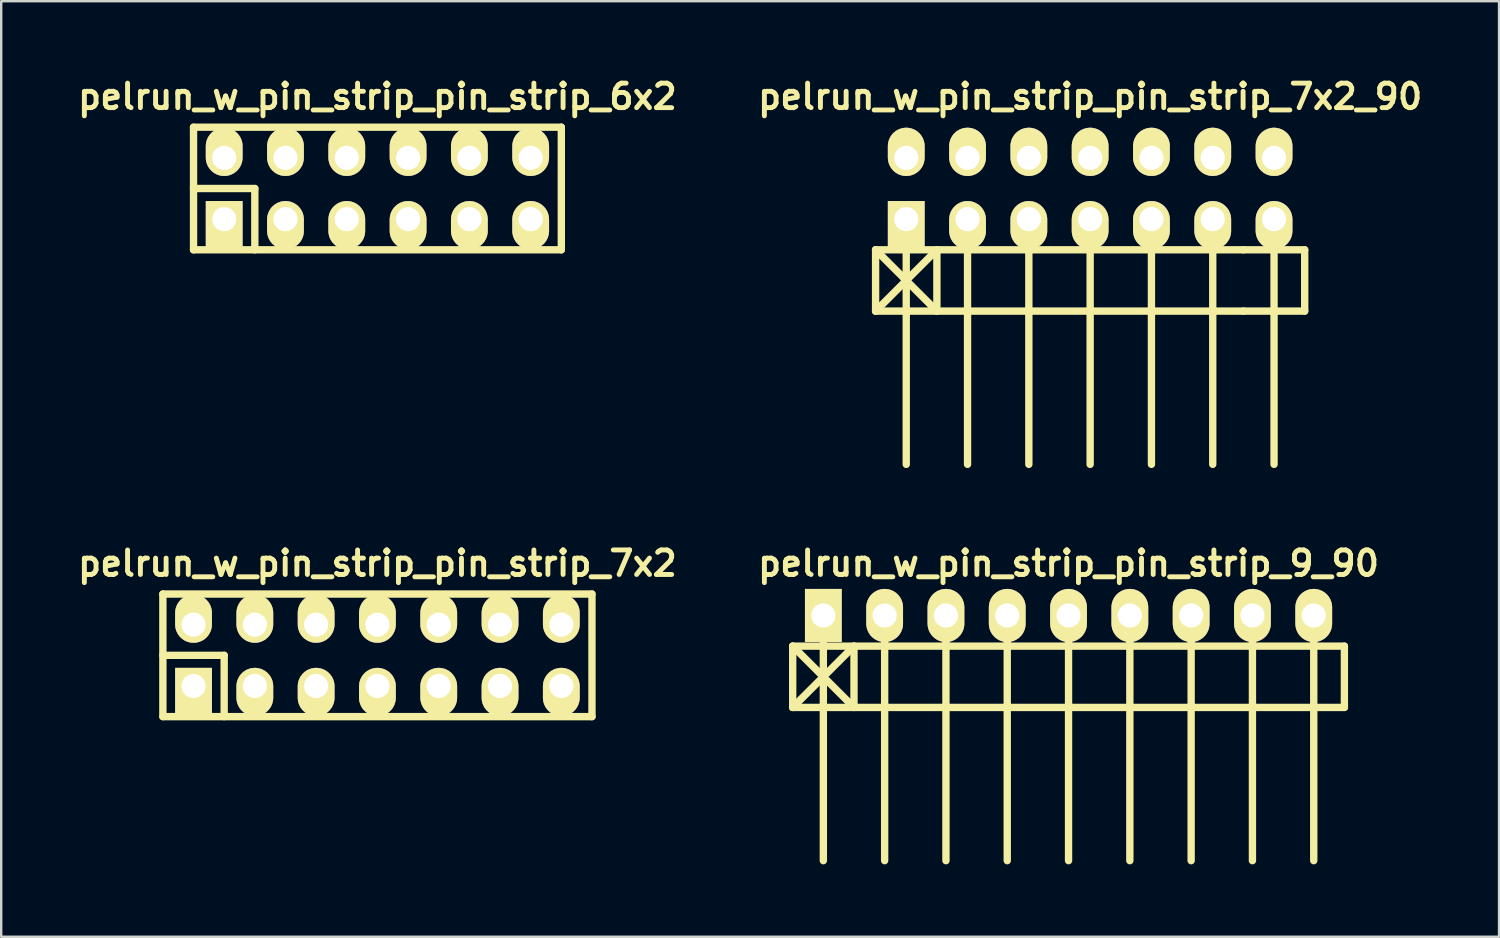
<source format=kicad_pcb>
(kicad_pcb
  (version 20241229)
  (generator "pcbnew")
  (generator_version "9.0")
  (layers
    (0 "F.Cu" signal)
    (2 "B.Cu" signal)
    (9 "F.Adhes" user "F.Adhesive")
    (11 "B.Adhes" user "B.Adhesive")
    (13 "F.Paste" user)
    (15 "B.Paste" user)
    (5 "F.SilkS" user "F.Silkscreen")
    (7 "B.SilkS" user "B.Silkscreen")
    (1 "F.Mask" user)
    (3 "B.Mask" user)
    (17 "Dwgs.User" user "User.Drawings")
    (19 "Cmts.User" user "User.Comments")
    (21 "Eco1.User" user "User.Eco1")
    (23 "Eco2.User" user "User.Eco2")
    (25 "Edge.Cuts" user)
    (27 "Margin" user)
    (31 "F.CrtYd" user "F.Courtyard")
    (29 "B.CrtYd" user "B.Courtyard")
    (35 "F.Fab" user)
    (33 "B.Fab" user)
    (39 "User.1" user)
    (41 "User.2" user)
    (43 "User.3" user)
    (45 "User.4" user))
  (footprint "pelrun_w_pin_strip_pin_strip_7x2_90"
    (layer "F.Cu")
    (at 42.121 4.761)
    (property "Reference" "pelrun_w_pin_strip_pin_strip_7x2_90" (at 0 -3.81 0) (layer "F.SilkS") (effects (font (size 1.016 1.016) (thickness 0.203))))
    (attr through_hole)
    (fp_line (start -8.89 2.54) (end -6.35 5.08) (stroke (width 0.305) (type solid)) (layer "F.SilkS"))
    (fp_line (start -8.89 2.54) (end 6.35 2.54) (stroke (width 0.305) (type solid)) (layer "F.SilkS"))
    (fp_line (start -8.89 5.08) (end -8.89 2.54) (stroke (width 0.305) (type solid)) (layer "F.SilkS"))
    (fp_line (start -7.62 1.27) (end -7.62 11.43) (stroke (width 0.305) (type solid)) (layer "F.SilkS"))
    (fp_line (start -6.35 2.54) (end -8.89 5.08) (stroke (width 0.305) (type solid)) (layer "F.SilkS"))
    (fp_line (start -6.35 5.08) (end -6.35 2.54) (stroke (width 0.305) (type solid)) (layer "F.SilkS"))
    (fp_line (start -5.08 1.27) (end -5.08 11.43) (stroke (width 0.305) (type solid)) (layer "F.SilkS"))
    (fp_line (start -2.54 11.43) (end -2.54 1.27) (stroke (width 0.305) (type solid)) (layer "F.SilkS"))
    (fp_line (start 0 1.27) (end 0 11.43) (stroke (width 0.305) (type solid)) (layer "F.SilkS"))
    (fp_line (start 2.54 1.27) (end 2.54 11.43) (stroke (width 0.305) (type solid)) (layer "F.SilkS"))
    (fp_line (start 5.08 1.27) (end 5.08 11.43) (stroke (width 0.305) (type solid)) (layer "F.SilkS"))
    (fp_line (start 6.35 2.54) (end 8.89 2.54) (stroke (width 0.305) (type solid)) (layer "F.SilkS"))
    (fp_line (start 6.35 5.08) (end -8.89 5.08) (stroke (width 0.305) (type solid)) (layer "F.SilkS"))
    (fp_line (start 7.62 1.27) (end 7.62 11.43) (stroke (width 0.305) (type solid)) (layer "F.SilkS"))
    (fp_line (start 8.89 2.54) (end 8.89 5.08) (stroke (width 0.305) (type solid)) (layer "F.SilkS"))
    (fp_line (start 8.89 5.08) (end 6.35 5.08) (stroke (width 0.305) (type solid)) (layer "F.SilkS"))
    (pad "1" thru_hole rect (at -7.62 1.27) (size 1.524 1.999) (drill 1.001 (offset 0 0.249)) (layers "*.Cu" "*.Mask" "F.SilkS"))
    (pad "2" thru_hole oval (at -7.62 -1.27) (size 1.524 1.999) (drill 1.001 (offset 0 -0.249)) (layers "*.Cu" "*.Mask" "F.SilkS"))
    (pad "3" thru_hole oval (at -5.08 1.27) (size 1.524 1.999) (drill 1.001 (offset 0 0.249)) (layers "*.Cu" "*.Mask" "F.SilkS"))
    (pad "4" thru_hole oval (at -5.08 -1.27) (size 1.524 1.999) (drill 1.001 (offset 0 -0.249)) (layers "*.Cu" "*.Mask" "F.SilkS"))
    (pad "5" thru_hole oval (at -2.54 1.27) (size 1.524 1.999) (drill 1.001 (offset 0 0.249)) (layers "*.Cu" "*.Mask" "F.SilkS"))
    (pad "6" thru_hole oval (at -2.54 -1.27) (size 1.524 1.999) (drill 1.001 (offset 0 -0.249)) (layers "*.Cu" "*.Mask" "F.SilkS"))
    (pad "7" thru_hole oval (at 0 1.27) (size 1.524 1.999) (drill 1.001 (offset 0 0.249)) (layers "*.Cu" "*.Mask" "F.SilkS"))
    (pad "8" thru_hole oval (at 0 -1.27) (size 1.524 1.999) (drill 1.001 (offset 0 -0.249)) (layers "*.Cu" "*.Mask" "F.SilkS"))
    (pad "9" thru_hole oval (at 2.54 1.27) (size 1.524 1.999) (drill 1.001 (offset 0 0.249)) (layers "*.Cu" "*.Mask" "F.SilkS"))
    (pad "10" thru_hole oval (at 2.54 -1.27) (size 1.524 1.999) (drill 1.001 (offset 0 -0.249)) (layers "*.Cu" "*.Mask" "F.SilkS"))
    (pad "11" thru_hole oval (at 5.08 1.27) (size 1.524 1.999) (drill 1.001 (offset 0 0.249)) (layers "*.Cu" "*.Mask" "F.SilkS"))
    (pad "12" thru_hole oval (at 5.08 -1.27) (size 1.524 1.999) (drill 1.001 (offset 0 -0.249)) (layers "*.Cu" "*.Mask" "F.SilkS"))
    (pad "13" thru_hole oval (at 7.62 1.27) (size 1.524 1.999) (drill 1.001 (offset 0 0.249)) (layers "*.Cu" "*.Mask" "F.SilkS"))
    (pad "14" thru_hole oval (at 7.62 -1.27) (size 1.524 1.999) (drill 1.001 (offset 0 -0.249)) (layers "*.Cu" "*.Mask" "F.SilkS")))
  (footprint "pelrun_w_pin_strip_pin_strip_6x2"
    (layer "F.Cu")
    (at 12.589 4.761)
    (property "Reference" "pelrun_w_pin_strip_pin_strip_6x2" (at 0 -3.81 0) (layer "F.SilkS") (effects (font (size 1.016 1.016) (thickness 0.203))))
    (attr through_hole)
    (fp_line (start -7.62 -2.54) (end -7.62 2.54) (stroke (width 0.305) (type solid)) (layer "F.SilkS"))
    (fp_line (start -7.62 -2.54) (end 7.62 -2.54) (stroke (width 0.305) (type solid)) (layer "F.SilkS"))
    (fp_line (start -7.62 0) (end -5.08 0) (stroke (width 0.305) (type solid)) (layer "F.SilkS"))
    (fp_line (start -5.08 0) (end -5.08 2.54) (stroke (width 0.305) (type solid)) (layer "F.SilkS"))
    (fp_line (start 7.62 -2.54) (end 7.62 2.54) (stroke (width 0.305) (type solid)) (layer "F.SilkS"))
    (fp_line (start 7.62 2.54) (end -7.62 2.54) (stroke (width 0.305) (type solid)) (layer "F.SilkS"))
    (pad "1" thru_hole rect (at -6.35 1.27) (size 1.524 1.999) (drill 1.001 (offset 0 0.249)) (layers "*.Cu" "*.Mask" "F.SilkS"))
    (pad "2" thru_hole oval (at -6.35 -1.27) (size 1.524 1.999) (drill 1.001 (offset 0 -0.249)) (layers "*.Cu" "*.Mask" "F.SilkS"))
    (pad "3" thru_hole oval (at -3.81 1.27) (size 1.524 1.999) (drill 1.001 (offset 0 0.249)) (layers "*.Cu" "*.Mask" "F.SilkS"))
    (pad "4" thru_hole oval (at -3.81 -1.27) (size 1.524 1.999) (drill 1.001 (offset 0 -0.249)) (layers "*.Cu" "*.Mask" "F.SilkS"))
    (pad "5" thru_hole oval (at -1.27 1.27) (size 1.524 1.999) (drill 1.001 (offset 0 0.249)) (layers "*.Cu" "*.Mask" "F.SilkS"))
    (pad "6" thru_hole oval (at -1.27 -1.27) (size 1.524 1.999) (drill 1.001 (offset 0 -0.249)) (layers "*.Cu" "*.Mask" "F.SilkS"))
    (pad "7" thru_hole oval (at 1.27 1.27) (size 1.524 1.999) (drill 1.001 (offset 0 0.249)) (layers "*.Cu" "*.Mask" "F.SilkS"))
    (pad "8" thru_hole oval (at 1.27 -1.27) (size 1.524 1.999) (drill 1.001 (offset 0 -0.249)) (layers "*.Cu" "*.Mask" "F.SilkS"))
    (pad "9" thru_hole oval (at 3.81 1.27) (size 1.524 1.999) (drill 1.001 (offset 0 0.249)) (layers "*.Cu" "*.Mask" "F.SilkS"))
    (pad "10" thru_hole oval (at 3.81 -1.27) (size 1.524 1.999) (drill 1.001 (offset 0 -0.249)) (layers "*.Cu" "*.Mask" "F.SilkS"))
    (pad "11" thru_hole oval (at 6.35 1.27) (size 1.524 1.999) (drill 1.001 (offset 0 0.249)) (layers "*.Cu" "*.Mask" "F.SilkS"))
    (pad "12" thru_hole oval (at 6.35 -1.27) (size 1.524 1.999) (drill 1.001 (offset 0 -0.249)) (layers "*.Cu" "*.Mask" "F.SilkS")))
  (footprint "pelrun_w_pin_strip_pin_strip_7x2"
    (layer "F.Cu")
    (at 12.589 24.104)
    (property "Reference" "pelrun_w_pin_strip_pin_strip_7x2" (at 0 -3.81 0) (layer "F.SilkS") (effects (font (size 1.016 1.016) (thickness 0.203))))
    (attr through_hole)
    (fp_line (start -8.89 -2.54) (end -8.89 2.54) (stroke (width 0.305) (type solid)) (layer "F.SilkS"))
    (fp_line (start -8.89 -2.54) (end 8.89 -2.54) (stroke (width 0.305) (type solid)) (layer "F.SilkS"))
    (fp_line (start -8.89 0) (end -6.35 0) (stroke (width 0.305) (type solid)) (layer "F.SilkS"))
    (fp_line (start -6.35 0) (end -6.35 2.54) (stroke (width 0.305) (type solid)) (layer "F.SilkS"))
    (fp_line (start 8.89 -2.54) (end 8.89 2.54) (stroke (width 0.305) (type solid)) (layer "F.SilkS"))
    (fp_line (start 8.89 2.54) (end -8.89 2.54) (stroke (width 0.305) (type solid)) (layer "F.SilkS"))
    (pad "1" thru_hole rect (at -7.62 1.27) (size 1.524 1.999) (drill 1.001 (offset 0 0.249)) (layers "*.Cu" "*.Mask" "F.SilkS"))
    (pad "2" thru_hole oval (at -7.62 -1.27) (size 1.524 1.999) (drill 1.001 (offset 0 -0.249)) (layers "*.Cu" "*.Mask" "F.SilkS"))
    (pad "3" thru_hole oval (at -5.08 1.27) (size 1.524 1.999) (drill 1.001 (offset 0 0.249)) (layers "*.Cu" "*.Mask" "F.SilkS"))
    (pad "4" thru_hole oval (at -5.08 -1.27) (size 1.524 1.999) (drill 1.001 (offset 0 -0.249)) (layers "*.Cu" "*.Mask" "F.SilkS"))
    (pad "5" thru_hole oval (at -2.54 1.27) (size 1.524 1.999) (drill 1.001 (offset 0 0.249)) (layers "*.Cu" "*.Mask" "F.SilkS"))
    (pad "6" thru_hole oval (at -2.54 -1.27) (size 1.524 1.999) (drill 1.001 (offset 0 -0.249)) (layers "*.Cu" "*.Mask" "F.SilkS"))
    (pad "7" thru_hole oval (at 0 1.27) (size 1.524 1.999) (drill 1.001 (offset 0 0.249)) (layers "*.Cu" "*.Mask" "F.SilkS"))
    (pad "8" thru_hole oval (at 0 -1.27) (size 1.524 1.999) (drill 1.001 (offset 0 -0.249)) (layers "*.Cu" "*.Mask" "F.SilkS"))
    (pad "9" thru_hole oval (at 2.54 1.27) (size 1.524 1.999) (drill 1.001 (offset 0 0.249)) (layers "*.Cu" "*.Mask" "F.SilkS"))
    (pad "10" thru_hole oval (at 2.54 -1.27) (size 1.524 1.999) (drill 1.001 (offset 0 -0.249)) (layers "*.Cu" "*.Mask" "F.SilkS"))
    (pad "11" thru_hole oval (at 5.08 1.27) (size 1.524 1.999) (drill 1.001 (offset 0 0.249)) (layers "*.Cu" "*.Mask" "F.SilkS"))
    (pad "12" thru_hole oval (at 5.08 -1.27) (size 1.524 1.999) (drill 1.001 (offset 0 -0.249)) (layers "*.Cu" "*.Mask" "F.SilkS"))
    (pad "13" thru_hole oval (at 7.62 1.27) (size 1.524 1.999) (drill 1.001 (offset 0 0.249)) (layers "*.Cu" "*.Mask" "F.SilkS"))
    (pad "14" thru_hole oval (at 7.62 -1.27) (size 1.524 1.999) (drill 1.001 (offset 0 -0.249)) (layers "*.Cu" "*.Mask" "F.SilkS")))
  (footprint "pelrun_w_pin_strip_pin_strip_9_90"
    (layer "F.Cu")
    (at 41.226 22.453)
    (property "Reference" "pelrun_w_pin_strip_pin_strip_9_90" (at 0 -2.159 0) (layer "F.SilkS") (effects (font (size 1.016 1.016) (thickness 0.203))))
    (attr through_hole)
    (fp_line (start -11.43 1.27) (end -8.89 3.81) (stroke (width 0.305) (type solid)) (layer "F.SilkS"))
    (fp_line (start -11.43 1.27) (end 11.43 1.27) (stroke (width 0.305) (type solid)) (layer "F.SilkS"))
    (fp_line (start -11.43 3.81) (end -11.43 1.27) (stroke (width 0.305) (type solid)) (layer "F.SilkS"))
    (fp_line (start -10.16 0) (end -10.16 10.16) (stroke (width 0.305) (type solid)) (layer "F.SilkS"))
    (fp_line (start -8.89 1.27) (end -11.43 3.81) (stroke (width 0.305) (type solid)) (layer "F.SilkS"))
    (fp_line (start -8.89 1.27) (end -8.89 3.81) (stroke (width 0.305) (type solid)) (layer "F.SilkS"))
    (fp_line (start -7.62 0) (end -7.62 10.16) (stroke (width 0.305) (type solid)) (layer "F.SilkS"))
    (fp_line (start -5.08 10.16) (end -5.08 0) (stroke (width 0.305) (type solid)) (layer "F.SilkS"))
    (fp_line (start -2.54 0) (end -2.54 10.16) (stroke (width 0.305) (type solid)) (layer "F.SilkS"))
    (fp_line (start 0 0) (end 0 10.16) (stroke (width 0.305) (type solid)) (layer "F.SilkS"))
    (fp_line (start 2.54 0) (end 2.54 10.16) (stroke (width 0.305) (type solid)) (layer "F.SilkS"))
    (fp_line (start 5.08 0) (end 5.08 10.16) (stroke (width 0.305) (type solid)) (layer "F.SilkS"))
    (fp_line (start 7.62 0) (end 7.62 10.16) (stroke (width 0.305) (type solid)) (layer "F.SilkS"))
    (fp_line (start 10.16 0) (end 10.16 10.16) (stroke (width 0.305) (type solid)) (layer "F.SilkS"))
    (fp_line (start 11.43 1.27) (end 11.43 3.81) (stroke (width 0.305) (type solid)) (layer "F.SilkS"))
    (fp_line (start 11.43 3.81) (end -11.43 3.81) (stroke (width 0.305) (type solid)) (layer "F.SilkS"))
    (pad "1" thru_hole rect (at -10.16 0) (size 1.524 2.2) (drill 1.001) (layers "*.Cu" "*.Mask" "F.SilkS"))
    (pad "2" thru_hole oval (at -7.62 0) (size 1.524 2.2) (drill 1.001) (layers "*.Cu" "*.Mask" "F.SilkS"))
    (pad "3" thru_hole oval (at -5.08 0) (size 1.524 2.2) (drill 1.001) (layers "*.Cu" "*.Mask" "F.SilkS"))
    (pad "4" thru_hole oval (at -2.54 0) (size 1.524 2.2) (drill 1.001) (layers "*.Cu" "*.Mask" "F.SilkS"))
    (pad "5" thru_hole oval (at 0 0) (size 1.524 2.2) (drill 1.001) (layers "*.Cu" "*.Mask" "F.SilkS"))
    (pad "6" thru_hole oval (at 2.54 0) (size 1.524 2.2) (drill 1.001) (layers "*.Cu" "*.Mask" "F.SilkS"))
    (pad "7" thru_hole oval (at 5.08 0) (size 1.524 2.2) (drill 1.001) (layers "*.Cu" "*.Mask" "F.SilkS"))
    (pad "8" thru_hole oval (at 7.62 0) (size 1.524 2.2) (drill 1.001) (layers "*.Cu" "*.Mask" "F.SilkS"))
    (pad "9" thru_hole oval (at 10.16 0) (size 1.524 2.2) (drill 1.001) (layers "*.Cu" "*.Mask" "F.SilkS")))
  (gr_rect
    (start -3 -3)
    (end 59.064 35.766)
    (stroke (width 0.1) (type default))
    (fill no)
    (layer "Edge.Cuts")))
</source>
